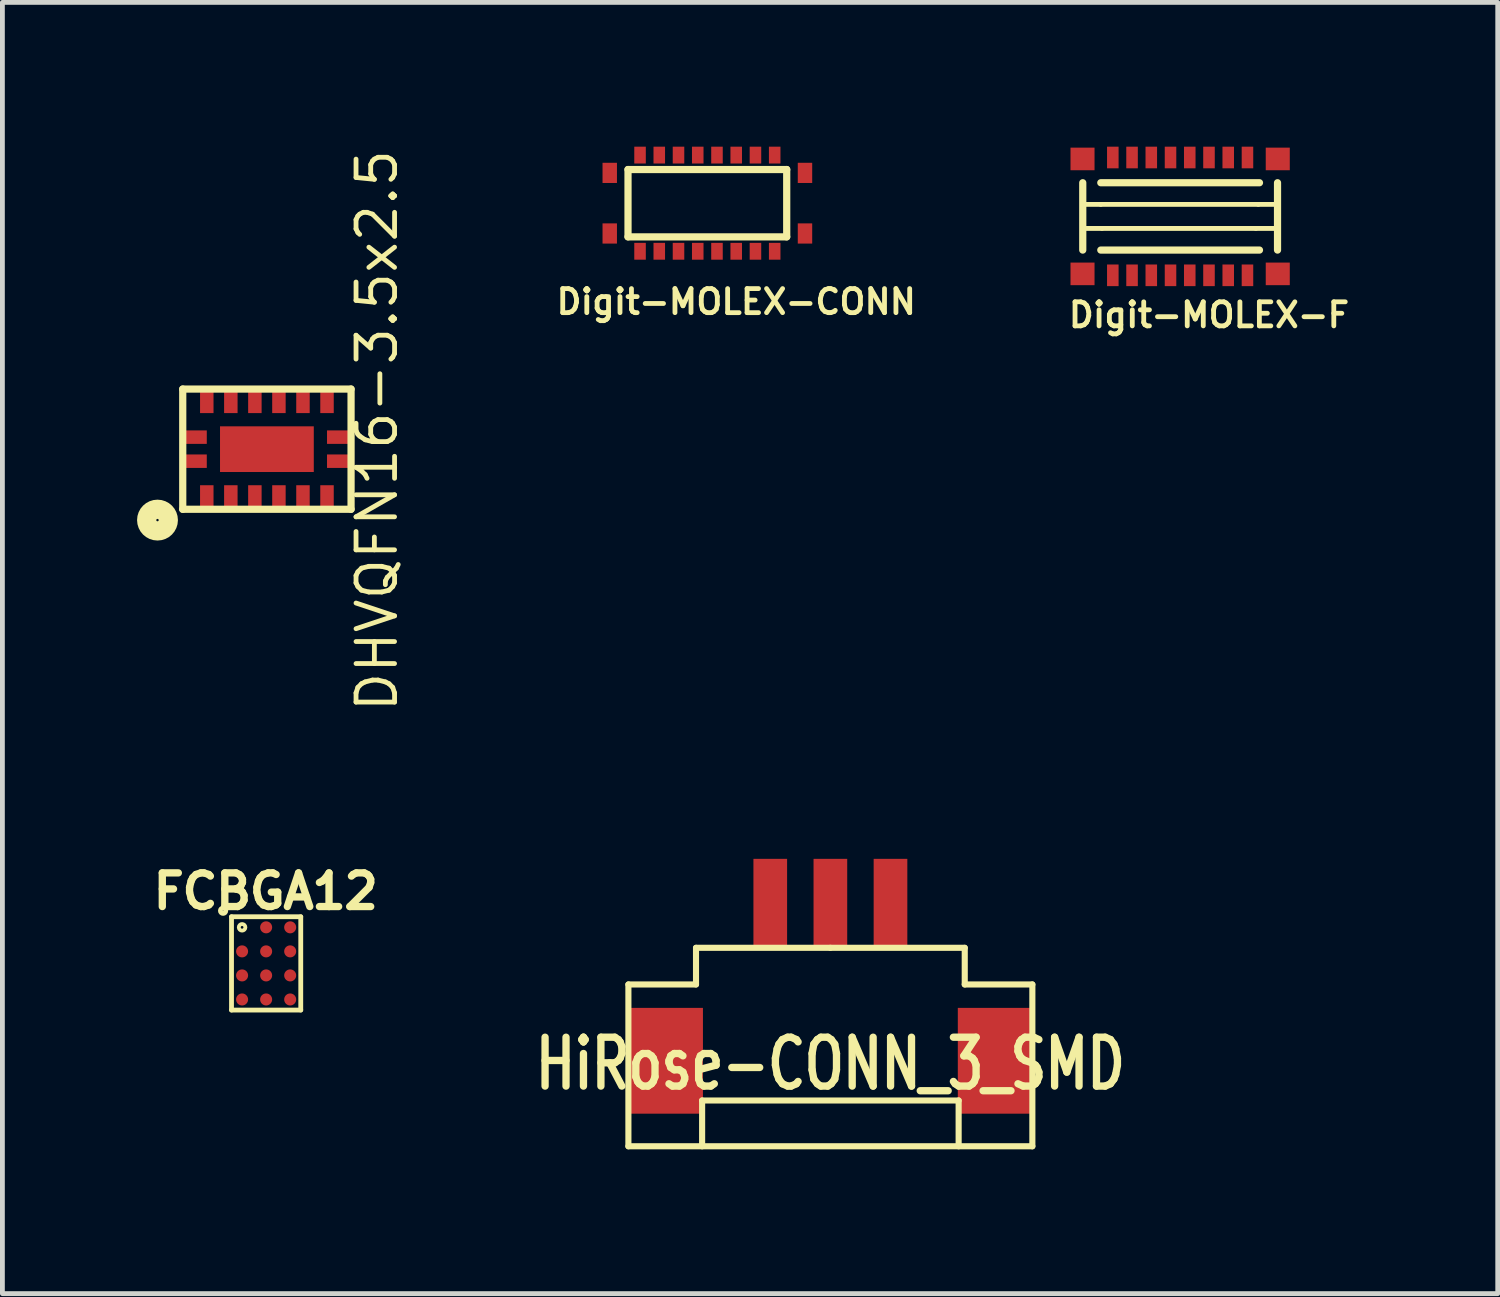
<source format=kicad_pcb>
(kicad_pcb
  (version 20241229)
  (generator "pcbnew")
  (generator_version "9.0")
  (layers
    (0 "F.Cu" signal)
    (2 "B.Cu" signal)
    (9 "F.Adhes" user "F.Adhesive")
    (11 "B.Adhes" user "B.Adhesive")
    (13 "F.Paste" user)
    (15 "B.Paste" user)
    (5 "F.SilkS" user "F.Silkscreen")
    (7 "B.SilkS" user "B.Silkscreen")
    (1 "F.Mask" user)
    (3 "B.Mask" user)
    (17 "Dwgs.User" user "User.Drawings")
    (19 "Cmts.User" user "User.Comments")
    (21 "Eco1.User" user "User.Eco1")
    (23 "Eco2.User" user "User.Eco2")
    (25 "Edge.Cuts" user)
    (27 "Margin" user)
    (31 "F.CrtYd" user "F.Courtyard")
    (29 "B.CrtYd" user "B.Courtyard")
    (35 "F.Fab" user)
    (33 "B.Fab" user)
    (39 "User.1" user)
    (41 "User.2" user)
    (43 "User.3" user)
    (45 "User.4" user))
  (footprint "DHVQFN16-3.5x2.5"
    (layer "F.Cu")
    (at 2.5 6.29)
    (property "Reference" "DHVQFN16-3.5x2.5" (at 2.289 -0.386 90) (layer "F.SilkS") (effects (font (size 0.801 0.801) (thickness 0.1))))
    (attr smd)
    (fp_line (start -1.75 -1.25) (end -1.75 1.25) (stroke (width 0.15) (type solid)) (layer "F.SilkS"))
    (fp_line (start -1.75 -1.25) (end 1.75 -1.25) (stroke (width 0.15) (type solid)) (layer "F.SilkS"))
    (fp_line (start -1.75 1.25) (end 1.75 1.25) (stroke (width 0.15) (type solid)) (layer "F.SilkS"))
    (fp_line (start 1.75 1.25) (end 1.75 -1.25) (stroke (width 0.15) (type solid)) (layer "F.SilkS"))
    (fp_circle (center -2.275 1.475) (end -2.25 1.475) (stroke (width 0.4) (type solid)) (fill no) (layer "F.SilkS"))
    (pad "0" smd rect (at 0 0 180) (size 1.95 0.95) (layers "F.Cu" "F.Mask" "F.Paste"))
    (pad "1" smd rect (at -1.5 0.25 90) (size 0.28 0.5) (layers "F.Cu" "F.Mask" "F.Paste"))
    (pad "2" smd rect (at -1.25 1) (size 0.28 0.5) (layers "F.Cu" "F.Mask" "F.Paste"))
    (pad "3" smd rect (at -0.75 1) (size 0.28 0.5) (layers "F.Cu" "F.Mask" "F.Paste"))
    (pad "4" smd rect (at -0.25 1) (size 0.28 0.5) (layers "F.Cu" "F.Mask" "F.Paste"))
    (pad "5" smd rect (at 0.25 1) (size 0.28 0.5) (layers "F.Cu" "F.Mask" "F.Paste"))
    (pad "6" smd rect (at 0.75 1) (size 0.28 0.5) (layers "F.Cu" "F.Mask" "F.Paste"))
    (pad "7" smd rect (at 1.25 1) (size 0.28 0.5) (layers "F.Cu" "F.Mask" "F.Paste"))
    (pad "8" smd rect (at 1.5 0.25 270) (size 0.28 0.5) (layers "F.Cu" "F.Mask" "F.Paste"))
    (pad "9" smd rect (at 1.5 -0.25 270) (size 0.28 0.5) (layers "F.Cu" "F.Mask" "F.Paste"))
    (pad "10" smd rect (at 1.25 -1) (size 0.28 0.5) (layers "F.Cu" "F.Mask" "F.Paste"))
    (pad "11" smd rect (at 0.75 -1) (size 0.28 0.5) (layers "F.Cu" "F.Mask" "F.Paste"))
    (pad "12" smd rect (at 0.25 -1) (size 0.28 0.5) (layers "F.Cu" "F.Mask" "F.Paste"))
    (pad "13" smd rect (at -0.25 -1) (size 0.28 0.5) (layers "F.Cu" "F.Mask" "F.Paste"))
    (pad "14" smd rect (at -0.75 -1) (size 0.28 0.5) (layers "F.Cu" "F.Mask" "F.Paste"))
    (pad "15" smd rect (at -1.25 -1) (size 0.28 0.5) (layers "F.Cu" "F.Mask" "F.Paste"))
    (pad "16" smd rect (at -1.5 -0.25 90) (size 0.28 0.5) (layers "F.Cu" "F.Mask" "F.Paste")))
  (footprint "FCBGA12"
    (layer "F.Cu")
    (at 1.764 16.013)
    (property "Reference" "FCBGA12" (at 0.711 -0.528 0) (layer "F.SilkS") (effects (font (size 0.7 0.7) (thickness 0.152))))
    (attr smd)
    (fp_line (start 0 0) (end 0 1.94) (stroke (width 0.1) (type solid)) (layer "F.SilkS"))
    (fp_line (start 0 0) (end 1.44 0) (stroke (width 0.1) (type solid)) (layer "F.SilkS"))
    (fp_line (start 0 1.94) (end 1.44 1.94) (stroke (width 0.1) (type solid)) (layer "F.SilkS"))
    (fp_line (start 1.44 0) (end 1.44 1.94) (stroke (width 0.1) (type solid)) (layer "F.SilkS"))
    (fp_circle (center -0.175 -0.125) (end -0.15 -0.075) (stroke (width 0.1) (type solid)) (fill no) (layer "F.SilkS"))
    (fp_circle (center 0.22 0.22) (end 0.24 0.24) (stroke (width 0.08) (type solid)) (fill no) (layer "F.SilkS"))
    (pad "A2" smd circle (at 0.72 0.22) (size 0.25 0.25) (layers "F.Cu" "F.Mask" "F.Paste"))
    (pad "A3" smd circle (at 1.22 0.22) (size 0.25 0.25) (layers "F.Cu" "F.Mask" "F.Paste"))
    (pad "B1" smd circle (at 0.22 0.72) (size 0.25 0.25) (layers "F.Cu" "F.Mask" "F.Paste"))
    (pad "B2" smd circle (at 0.72 0.72) (size 0.25 0.25) (layers "F.Cu" "F.Mask" "F.Paste"))
    (pad "B3" smd circle (at 1.22 0.72) (size 0.25 0.25) (layers "F.Cu" "F.Mask" "F.Paste"))
    (pad "C1" smd circle (at 0.22 1.22) (size 0.25 0.25) (layers "F.Cu" "F.Mask" "F.Paste"))
    (pad "C2" smd circle (at 0.72 1.22) (size 0.25 0.25) (layers "F.Cu" "F.Mask" "F.Paste"))
    (pad "C3" smd circle (at 1.22 1.22) (size 0.25 0.25) (layers "F.Cu" "F.Mask" "F.Paste"))
    (pad "D1" smd circle (at 0.22 1.72) (size 0.25 0.25) (layers "F.Cu" "F.Mask" "F.Paste"))
    (pad "D2" smd circle (at 0.72 1.72) (size 0.25 0.25) (layers "F.Cu" "F.Mask" "F.Paste"))
    (pad "D3" smd circle (at 1.22 1.72) (size 0.25 0.25) (layers "F.Cu" "F.Mask" "F.Paste")))
  (footprint "HiRose-CONN_3_SMD"
    (layer "F.Cu")
    (at 14.217 19.453)
    (property "Reference" "HiRose-CONN_3_SMD" (at 0 -0.381 0) (layer "F.SilkS") (effects (font (size 1.016 0.762) (thickness 0.152))))
    (attr smd)
    (fp_line (start -4.2 -2.032) (end -2.794 -2.032) (stroke (width 0.127) (type solid)) (layer "F.SilkS"))
    (fp_line (start -4.2 1.333) (end -4.2 -2.032) (stroke (width 0.127) (type solid)) (layer "F.SilkS"))
    (fp_line (start -2.794 -2.794) (end 0 -2.794) (stroke (width 0.127) (type solid)) (layer "F.SilkS"))
    (fp_line (start -2.794 -2.032) (end -2.794 -2.794) (stroke (width 0.127) (type solid)) (layer "F.SilkS"))
    (fp_line (start -2.667 0.381) (end -2.667 1.333) (stroke (width 0.127) (type solid)) (layer "F.SilkS"))
    (fp_line (start 0 -2.794) (end 2.794 -2.794) (stroke (width 0.127) (type solid)) (layer "F.SilkS"))
    (fp_line (start 2.667 0.381) (end -2.667 0.381) (stroke (width 0.127) (type solid)) (layer "F.SilkS"))
    (fp_line (start 2.667 1.333) (end 2.667 0.381) (stroke (width 0.127) (type solid)) (layer "F.SilkS"))
    (fp_line (start 2.794 -2.794) (end 2.794 -2.032) (stroke (width 0.127) (type solid)) (layer "F.SilkS"))
    (fp_line (start 2.794 -2.032) (end 4.2 -2.032) (stroke (width 0.127) (type solid)) (layer "F.SilkS"))
    (fp_line (start 4.2 -2.032) (end 4.2 1.333) (stroke (width 0.127) (type solid)) (layer "F.SilkS"))
    (fp_line (start 4.2 1.333) (end -4.2 1.333) (stroke (width 0.127) (type solid)) (layer "F.SilkS"))
    (pad "1" smd rect (at -1.25 -3.744) (size 0.7 1.8) (layers "F.Cu" "F.Mask" "F.Paste"))
    (pad "2" smd rect (at 0 -3.744) (size 0.7 1.8) (layers "F.Cu" "F.Mask" "F.Paste"))
    (pad "3" smd rect (at 1.25 -3.744) (size 0.7 1.8) (layers "F.Cu" "F.Mask" "F.Paste"))
    (pad "N0" smd rect (at -3.45 -0.445) (size 1.6 2.2) (layers "F.Cu" "F.Mask" "F.Paste"))
    (pad "N1" smd rect (at 3.45 -0.445) (size 1.6 2.2) (layers "F.Cu" "F.Mask" "F.Paste")))
  (footprint "Digit-MOLEX-CONN"
    (layer "F.Cu")
    (at 11.659 1.175)
    (property "Reference" "Digit-MOLEX-CONN" (at 0.6 2.05 0) (layer "F.SilkS") (effects (font (size 0.5 0.5) (thickness 0.1))))
    (attr smd)
    (fp_line (start -1.65 -0.7) (end -1.65 0.7) (stroke (width 0.15) (type solid)) (layer "F.SilkS"))
    (fp_line (start -1.65 0.7) (end 1.65 0.7) (stroke (width 0.15) (type solid)) (layer "F.SilkS"))
    (fp_line (start 1.65 -0.7) (end -1.65 -0.7) (stroke (width 0.15) (type solid)) (layer "F.SilkS"))
    (fp_line (start 1.65 0.7) (end 1.65 -0.7) (stroke (width 0.15) (type solid)) (layer "F.SilkS"))
    (pad "1" smd rect (at -1.4 -1) (size 0.24 0.35) (layers "F.Cu" "F.Mask" "F.Paste"))
    (pad "2" smd rect (at -1 -1) (size 0.24 0.35) (layers "F.Cu" "F.Mask" "F.Paste"))
    (pad "3" smd rect (at -0.6 -1) (size 0.24 0.35) (layers "F.Cu" "F.Mask" "F.Paste"))
    (pad "4" smd rect (at -0.2 -1) (size 0.24 0.35) (layers "F.Cu" "F.Mask" "F.Paste"))
    (pad "5" smd rect (at 0.2 -1) (size 0.24 0.35) (layers "F.Cu" "F.Mask" "F.Paste"))
    (pad "6" smd rect (at 0.6 -1) (size 0.24 0.35) (layers "F.Cu" "F.Mask" "F.Paste"))
    (pad "7" smd rect (at 1 -1) (size 0.24 0.35) (layers "F.Cu" "F.Mask" "F.Paste"))
    (pad "8" smd rect (at 1.4 -1) (size 0.24 0.35) (layers "F.Cu" "F.Mask" "F.Paste"))
    (pad "9" smd rect (at -1.4 1) (size 0.24 0.35) (layers "F.Cu" "F.Mask" "F.Paste"))
    (pad "10" smd rect (at -1 1) (size 0.24 0.35) (layers "F.Cu" "F.Mask" "F.Paste"))
    (pad "11" smd rect (at -0.6 1) (size 0.24 0.35) (layers "F.Cu" "F.Mask" "F.Paste"))
    (pad "12" smd rect (at -0.2 1) (size 0.24 0.35) (layers "F.Cu" "F.Mask" "F.Paste"))
    (pad "13" smd rect (at 0.2 1) (size 0.24 0.35) (layers "F.Cu" "F.Mask" "F.Paste"))
    (pad "14" smd rect (at 0.6 1) (size 0.24 0.35) (layers "F.Cu" "F.Mask" "F.Paste"))
    (pad "15" smd rect (at 1 1) (size 0.24 0.35) (layers "F.Cu" "F.Mask" "F.Paste"))
    (pad "16" smd rect (at 1.4 1) (size 0.24 0.35) (layers "F.Cu" "F.Mask" "F.Paste"))
    (pad "N0" smd rect (at -2.03 0.63 180) (size 0.3 0.42) (layers "F.Cu" "F.Mask" "F.Paste"))
    (pad "N1" smd rect (at -2.03 -0.63 180) (size 0.3 0.42) (layers "F.Cu" "F.Mask" "F.Paste"))
    (pad "N2" smd rect (at 2.03 -0.63 180) (size 0.3 0.42) (layers "F.Cu" "F.Mask" "F.Paste"))
    (pad "N3" smd rect (at 2.03 0.63 180) (size 0.3 0.42) (layers "F.Cu" "F.Mask" "F.Paste")))
  (footprint "Digit-MOLEX-F"
    (layer "F.Cu")
    (at 21.49 1.45)
    (property "Reference" "Digit-MOLEX-F" (at 0.6 2.05 0) (layer "F.SilkS") (effects (font (size 0.5 0.5) (thickness 0.1))))
    (attr smd)
    (fp_line (start -2.025 -0.7) (end -2.025 0.7) (stroke (width 0.15) (type solid)) (layer "F.SilkS"))
    (fp_line (start -1.65 -0.25) (end -1.975 -0.25) (stroke (width 0.1) (type solid)) (layer "F.SilkS"))
    (fp_line (start -1.65 -0.25) (end 1.625 -0.25) (stroke (width 0.1) (type solid)) (layer "F.SilkS"))
    (fp_line (start -1.65 0.7) (end 1.65 0.7) (stroke (width 0.15) (type solid)) (layer "F.SilkS"))
    (fp_line (start -1.625 0.25) (end -1.975 0.25) (stroke (width 0.1) (type solid)) (layer "F.SilkS"))
    (fp_line (start 1.575 0.25) (end -1.625 0.25) (stroke (width 0.1) (type solid)) (layer "F.SilkS"))
    (fp_line (start 1.575 0.25) (end 2 0.25) (stroke (width 0.1) (type solid)) (layer "F.SilkS"))
    (fp_line (start 1.625 -0.25) (end 2 -0.25) (stroke (width 0.1) (type solid)) (layer "F.SilkS"))
    (fp_line (start 1.65 -0.7) (end -1.65 -0.7) (stroke (width 0.15) (type solid)) (layer "F.SilkS"))
    (fp_line (start 2.025 0.7) (end 2.025 -0.7) (stroke (width 0.15) (type solid)) (layer "F.SilkS"))
    (pad "1" smd rect (at -1.4 -1.225) (size 0.24 0.45) (layers "F.Cu" "F.Mask" "F.Paste"))
    (pad "2" smd rect (at -1 -1.225) (size 0.24 0.45) (layers "F.Cu" "F.Mask" "F.Paste"))
    (pad "3" smd rect (at -0.6 -1.225) (size 0.24 0.45) (layers "F.Cu" "F.Mask" "F.Paste"))
    (pad "4" smd rect (at -0.2 -1.225) (size 0.24 0.45) (layers "F.Cu" "F.Mask" "F.Paste"))
    (pad "5" smd rect (at 0.2 -1.225) (size 0.24 0.45) (layers "F.Cu" "F.Mask" "F.Paste"))
    (pad "6" smd rect (at 0.6 -1.225) (size 0.24 0.45) (layers "F.Cu" "F.Mask" "F.Paste"))
    (pad "7" smd rect (at 1 -1.225) (size 0.24 0.45) (layers "F.Cu" "F.Mask" "F.Paste"))
    (pad "8" smd rect (at 1.4 -1.225) (size 0.24 0.45) (layers "F.Cu" "F.Mask" "F.Paste"))
    (pad "9" smd rect (at -1.4 1.225) (size 0.24 0.45) (layers "F.Cu" "F.Mask" "F.Paste"))
    (pad "10" smd rect (at -1 1.225) (size 0.24 0.45) (layers "F.Cu" "F.Mask" "F.Paste"))
    (pad "11" smd rect (at -0.6 1.225) (size 0.24 0.45) (layers "F.Cu" "F.Mask" "F.Paste"))
    (pad "12" smd rect (at -0.2 1.225) (size 0.24 0.45) (layers "F.Cu" "F.Mask" "F.Paste"))
    (pad "13" smd rect (at 0.2 1.225) (size 0.24 0.45) (layers "F.Cu" "F.Mask" "F.Paste"))
    (pad "14" smd rect (at 0.6 1.225) (size 0.24 0.45) (layers "F.Cu" "F.Mask" "F.Paste"))
    (pad "15" smd rect (at 1 1.225) (size 0.24 0.45) (layers "F.Cu" "F.Mask" "F.Paste"))
    (pad "16" smd rect (at 1.4 1.225) (size 0.24 0.45) (layers "F.Cu" "F.Mask" "F.Paste"))
    (pad "N0" smd rect (at -2.03 1.195 180) (size 0.5 0.47) (layers "F.Cu" "F.Mask" "F.Paste"))
    (pad "N1" smd rect (at -2.03 -1.195 180) (size 0.5 0.47) (layers "F.Cu" "F.Mask" "F.Paste"))
    (pad "N2" smd rect (at 2.03 -1.195 180) (size 0.5 0.47) (layers "F.Cu" "F.Mask" "F.Paste"))
    (pad "N3" smd rect (at 2.03 1.195 180) (size 0.5 0.47) (layers "F.Cu" "F.Mask" "F.Paste")))
  (gr_rect
    (start -3 -3)
    (end 28.094 23.85)
    (stroke (width 0.1) (type default))
    (fill no)
    (layer "Edge.Cuts")))
</source>
